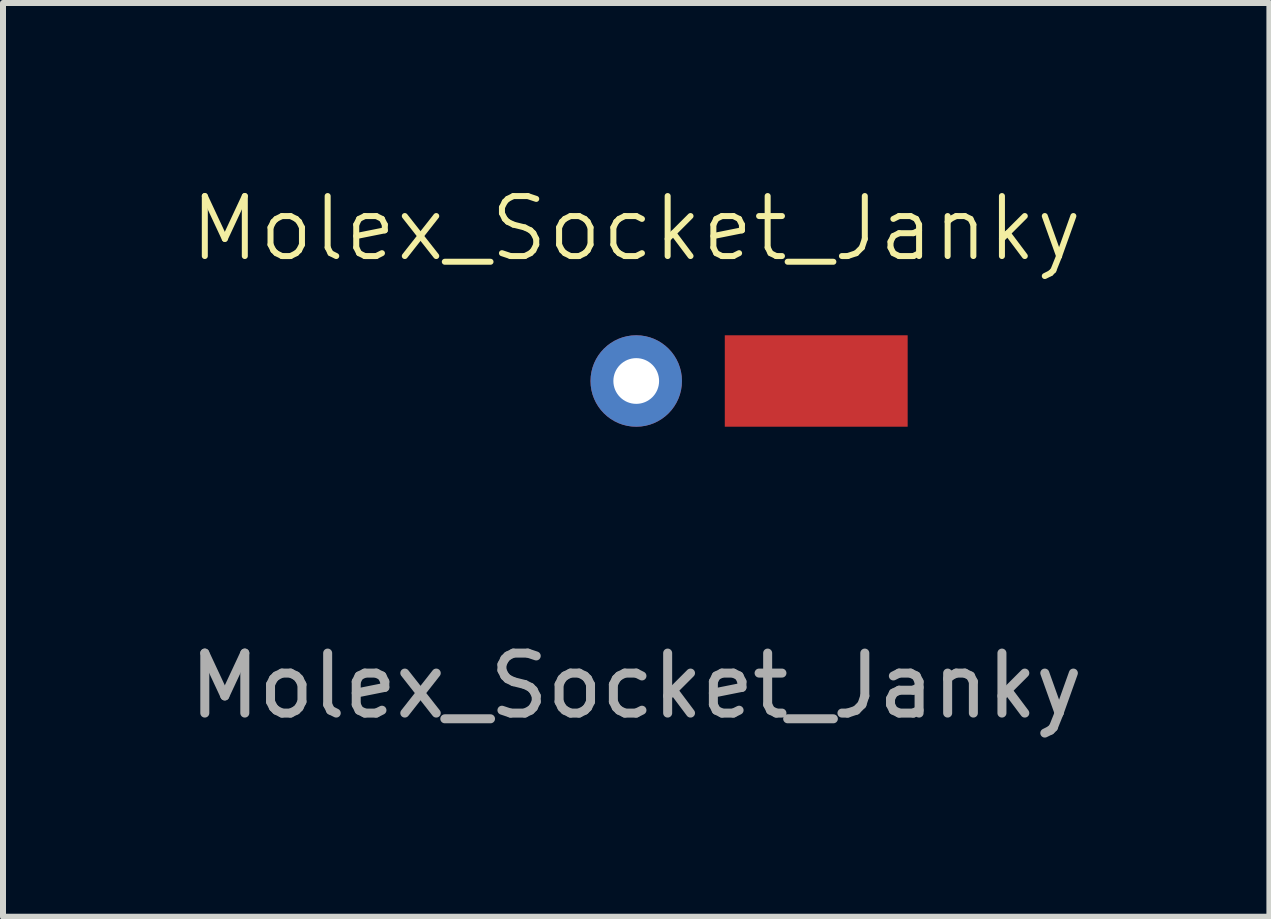
<source format=kicad_pcb>
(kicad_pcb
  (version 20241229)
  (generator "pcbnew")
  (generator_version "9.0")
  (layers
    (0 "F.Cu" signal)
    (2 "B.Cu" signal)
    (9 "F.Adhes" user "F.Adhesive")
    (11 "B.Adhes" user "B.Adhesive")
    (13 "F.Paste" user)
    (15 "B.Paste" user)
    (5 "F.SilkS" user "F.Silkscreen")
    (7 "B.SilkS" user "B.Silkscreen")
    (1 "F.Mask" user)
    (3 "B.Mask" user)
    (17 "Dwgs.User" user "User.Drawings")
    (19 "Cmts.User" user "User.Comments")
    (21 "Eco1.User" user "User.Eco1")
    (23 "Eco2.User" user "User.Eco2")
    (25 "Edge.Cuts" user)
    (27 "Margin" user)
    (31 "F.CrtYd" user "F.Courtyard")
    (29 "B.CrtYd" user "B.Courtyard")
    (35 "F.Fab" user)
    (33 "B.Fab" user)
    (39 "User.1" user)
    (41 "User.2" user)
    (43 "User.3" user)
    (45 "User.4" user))
  (footprint "Molex_Socket_Janky"
    (layer "F.Cu")
    (at 7.554 3.3)
    (property "Reference" "Molex_Socket_Janky" (at 0 -2.54 0) (unlocked yes) (layer "F.SilkS") (effects (font (size 1 1) (thickness 0.1))))
    (fp_text user "${REFERENCE}" (at 0 5.08 0) (unlocked yes) (layer "F.Fab") (effects (font (size 1 1) (thickness 0.15))))
    (pad "1" thru_hole circle (at 0 0) (size 1.524 1.524) (drill 0.762) (layers "*.Cu" "*.Mask"))
    (pad "1" smd rect (at 3 0) (size 3.048 1.524) (layers "F.Cu" "F.Mask")))
  (gr_rect
    (start -3 -3)
    (end 18.107 12.229)
    (stroke (width 0.1) (type default))
    (fill no)
    (layer "Edge.Cuts")))
</source>
